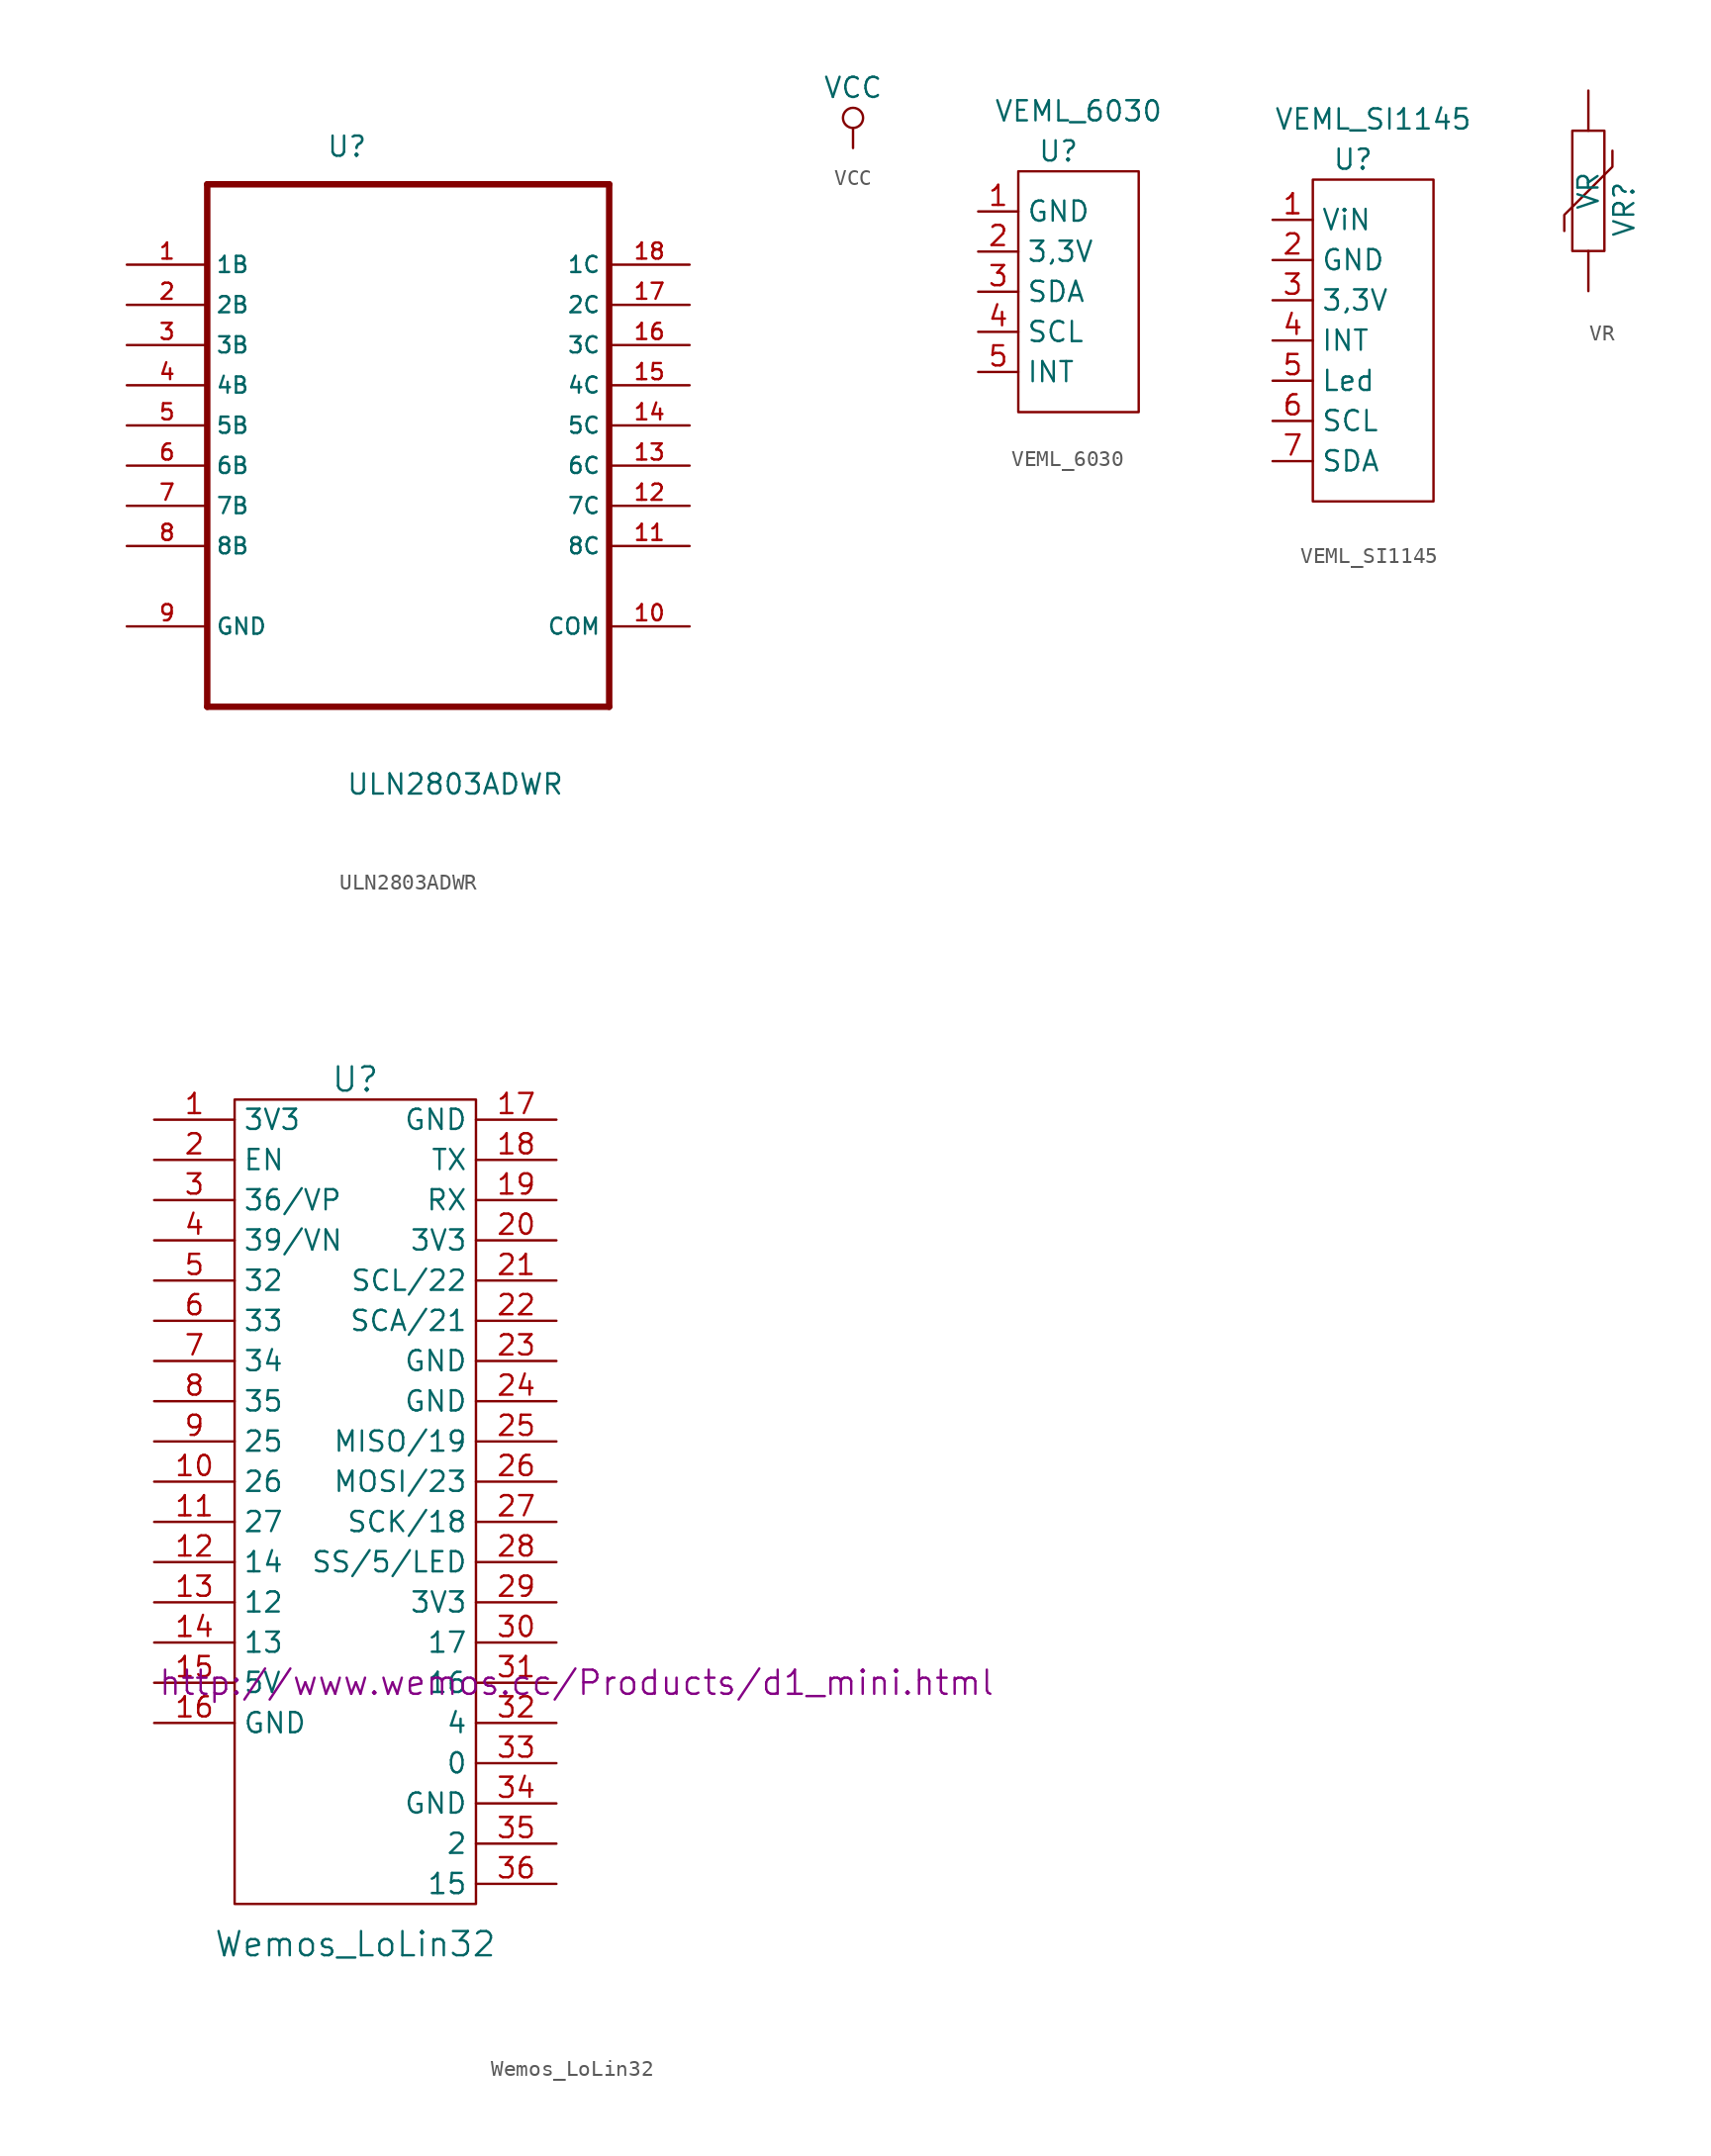
<source format=kicad_sym>
(kicad_symbol_lib
  (version 20201005)
  (generator kicad_symbol_editor)
  (symbol "Zimprich:ULN2803ADWR"
    (property "Reference" "U"
      (at -5.182 15.088 0)
      (effects (font (size 1.27 1.27)) (justify left)))
    (property "Value" "ULN2803ADWR"
      (at -3.937 -25.222 0)
      (effects (font (size 1.27 1.27)) (justify left)))
    (symbol "ULN2803ADWR_0_0"
      (polyline (pts (xy -12.7 -20.32) (xy 12.7 -20.32)) (stroke (width 0.406)) (fill (type none)))
      (polyline (pts (xy -12.7 12.7) (xy -12.7 -20.32)) (stroke (width 0.406)) (fill (type none)))
      (polyline (pts (xy 12.7 -20.32) (xy 12.7 12.7)) (stroke (width 0.406)) (fill (type none)))
      (polyline (pts (xy 12.7 12.7) (xy -12.7 12.7)) (stroke (width 0.406)) (fill (type none)))
      (pin input line (at -17.78 7.62 0) (length 5.08) (name "1B" (effects (font (size 1.016 1.016)))) (number "1" (effects (font (size 1.016 1.016)))))
      (pin output line (at 17.78 -15.24 180) (length 5.08) (name "COM" (effects (font (size 1.016 1.016)))) (number "10" (effects (font (size 1.016 1.016)))))
      (pin output line (at 17.78 -10.16 180) (length 5.08) (name "8C" (effects (font (size 1.016 1.016)))) (number "11" (effects (font (size 1.016 1.016)))))
      (pin output line (at 17.78 -7.62 180) (length 5.08) (name "7C" (effects (font (size 1.016 1.016)))) (number "12" (effects (font (size 1.016 1.016)))))
      (pin output line (at 17.78 -5.08 180) (length 5.08) (name "6C" (effects (font (size 1.016 1.016)))) (number "13" (effects (font (size 1.016 1.016)))))
      (pin output line (at 17.78 -2.54 180) (length 5.08) (name "5C" (effects (font (size 1.016 1.016)))) (number "14" (effects (font (size 1.016 1.016)))))
      (pin output line (at 17.78 0 180) (length 5.08) (name "4C" (effects (font (size 1.016 1.016)))) (number "15" (effects (font (size 1.016 1.016)))))
      (pin output line (at 17.78 2.54 180) (length 5.08) (name "3C" (effects (font (size 1.016 1.016)))) (number "16" (effects (font (size 1.016 1.016)))))
      (pin output line (at 17.78 5.08 180) (length 5.08) (name "2C" (effects (font (size 1.016 1.016)))) (number "17" (effects (font (size 1.016 1.016)))))
      (pin output line (at 17.78 7.62 180) (length 5.08) (name "1C" (effects (font (size 1.016 1.016)))) (number "18" (effects (font (size 1.016 1.016)))))
      (pin input line (at -17.78 5.08 0) (length 5.08) (name "2B" (effects (font (size 1.016 1.016)))) (number "2" (effects (font (size 1.016 1.016)))))
      (pin input line (at -17.78 2.54 0) (length 5.08) (name "3B" (effects (font (size 1.016 1.016)))) (number "3" (effects (font (size 1.016 1.016)))))
      (pin input line (at -17.78 0 0) (length 5.08) (name "4B" (effects (font (size 1.016 1.016)))) (number "4" (effects (font (size 1.016 1.016)))))
      (pin input line (at -17.78 -2.54 0) (length 5.08) (name "5B" (effects (font (size 1.016 1.016)))) (number "5" (effects (font (size 1.016 1.016)))))
      (pin input line (at -17.78 -5.08 0) (length 5.08) (name "6B" (effects (font (size 1.016 1.016)))) (number "6" (effects (font (size 1.016 1.016)))))
      (pin input line (at -17.78 -7.62 0) (length 5.08) (name "7B" (effects (font (size 1.016 1.016)))) (number "7" (effects (font (size 1.016 1.016)))))
      (pin input line (at -17.78 -10.16 0) (length 5.08) (name "8B" (effects (font (size 1.016 1.016)))) (number "8" (effects (font (size 1.016 1.016)))))
      (pin passive line (at -17.78 -15.24 0) (length 5.08) (name "GND" (effects (font (size 1.016 1.016)))) (number "9" (effects (font (size 1.016 1.016)))))))
  (symbol "Zimprich:VCC"
    (power)
    (pin_names
      (offset 0))
    (property "Reference" "#PWR"
      (at 0 -3.81 0)
      (effects (font (size 1.27 1.27)) hide))
    (property "Value" "VCC"
      (at 0 3.81 0)
      (effects (font (size 1.27 1.27))))
    (property "Footprint" ""
      (at 0 0 0)
      (effects (font (size 1.524 1.524))))
    (property "Datasheet" ""
      (at 0 0 0)
      (effects (font (size 1.524 1.524))))
    (symbol "VCC_0_1"
      (circle (center 0 1.905) (radius 0.635) (stroke (width 0)) (fill (type none)))
      (polyline (pts (xy 0 0) (xy 0 1.27)) (stroke (width 0)) (fill (type none))))
    (symbol "VCC_1_1"
      (pin power_in line (at 0 0 90) (length 0) hide (name "VCC" (effects (font (size 1.27 1.27)))) (number "1" (effects (font (size 1.27 1.27)))))))
  (symbol "Zimprich:VEML_6030"
    (property "Reference" "U"
      (at -1.27 8.89 0)
      (effects (font (size 1.27 1.27))))
    (property "Value" "VEML_6030"
      (at 0 11.43 0)
      (effects (font (size 1.27 1.27))))
    (symbol "VEML_6030_0_1"
      (rectangle (start -3.81 7.62) (end 3.81 -7.62) (stroke (width 0)) (fill (type none))))
    (symbol "VEML_6030_1_1"
      (pin input line (at -6.35 5.08 0) (length 2.54) (name "GND" (effects (font (size 1.27 1.27)))) (number "1" (effects (font (size 1.27 1.27)))))
      (pin input line (at -6.35 2.54 0) (length 2.54) (name "3,3V" (effects (font (size 1.27 1.27)))) (number "2" (effects (font (size 1.27 1.27)))))
      (pin input line (at -6.35 0 0) (length 2.54) (name "SDA" (effects (font (size 1.27 1.27)))) (number "3" (effects (font (size 1.27 1.27)))))
      (pin input line (at -6.35 -2.54 0) (length 2.54) (name "SCL" (effects (font (size 1.27 1.27)))) (number "4" (effects (font (size 1.27 1.27)))))
      (pin input line (at -6.35 -5.08 0) (length 2.54) (name "INT" (effects (font (size 1.27 1.27)))) (number "5" (effects (font (size 1.27 1.27)))))))
  (symbol "Zimprich:VEML_SI1145"
    (property "Reference" "U"
      (at -1.27 11.43 0)
      (effects (font (size 1.27 1.27))))
    (property "Value" "VEML_SI1145"
      (at 0 13.97 0)
      (effects (font (size 1.27 1.27))))
    (symbol "VEML_SI1145_0_1"
      (rectangle (start -3.81 10.16) (end 3.81 -10.16) (stroke (width 0)) (fill (type none))))
    (symbol "VEML_SI1145_1_1"
      (pin input line (at -6.35 7.62 0) (length 2.54) (name "ViN" (effects (font (size 1.27 1.27)))) (number "1" (effects (font (size 1.27 1.27)))))
      (pin input line (at -6.35 5.08 0) (length 2.54) (name "GND" (effects (font (size 1.27 1.27)))) (number "2" (effects (font (size 1.27 1.27)))))
      (pin input line (at -6.35 2.54 0) (length 2.54) (name "3,3V" (effects (font (size 1.27 1.27)))) (number "3" (effects (font (size 1.27 1.27)))))
      (pin input line (at -6.35 0 0) (length 2.54) (name "INT" (effects (font (size 1.27 1.27)))) (number "4" (effects (font (size 1.27 1.27)))))
      (pin input line (at -6.35 -2.54 0) (length 2.54) (name "Led" (effects (font (size 1.27 1.27)))) (number "5" (effects (font (size 1.27 1.27)))))
      (pin input line (at -6.35 -5.08 0) (length 2.54) (name "SCL" (effects (font (size 1.27 1.27)))) (number "6" (effects (font (size 1.27 1.27)))))
      (pin input line (at -6.35 -7.62 0) (length 2.54) (name "SDA" (effects (font (size 1.27 1.27)))) (number "7" (effects (font (size 1.27 1.27)))))))
  (symbol "Zimprich:VR"
    (pin_numbers hide)
    (pin_names
      (offset 0))
    (property "Reference" "VR"
      (at 1.524 -1.168 90)
      (effects (font (size 1.27 1.27)) (justify top)))
    (property "Value" "VR"
      (at 0 0 90)
      (effects (font (size 1.27 1.27))))
    (property "Footprint" ""
      (at 0 0 0)
      (effects (font (size 1.27 1.27))))
    (property "Datasheet" ""
      (at 0 0 0)
      (effects (font (size 1.27 1.27))))
    (symbol "VR_0_1"
      (rectangle (start -1.016 3.81) (end 1.016 -3.81) (stroke (width 0)) (fill (type none)))
      (polyline (pts (xy -1.524 -2.54) (xy -1.524 -1.524) (xy 1.524 1.524) (xy 1.524 2.54) (xy 1.524 2.54)) (stroke (width 0)) (fill (type none))))
    (symbol "VR_1_1"
      (pin passive line (at 0 6.35 270) (length 2.54) (name "~" (effects (font (size 1.27 1.27)))) (number "1" (effects (font (size 1.27 1.27)))))
      (pin passive line (at 0 -6.35 90) (length 2.54) (name "~" (effects (font (size 1.27 1.27)))) (number "2" (effects (font (size 1.27 1.27)))))))
  (symbol "Zimprich:Wemos_LoLin32"
    (property "Reference" "U"
      (at 0 26.67 0)
      (effects (font (size 1.524 1.524))))
    (property "Value" "Wemos_LoLin32"
      (at 0 -27.94 0)
      (effects (font (size 1.524 1.524))))
    (property "Footprint" ""
      (at 13.97 -11.43 0)
      (effects (font (size 1.524 1.524))))
    (property "Datasheet" "http://www.wemos.cc/Products/d1_mini.html"
      (at 13.97 -11.43 0)
      (effects (font (size 1.524 1.524))))
    (symbol "Wemos_LoLin32_0_1"
      (rectangle (start -7.62 25.4) (end 7.62 -25.4) (stroke (width 0)) (fill (type none))))
    (symbol "Wemos_LoLin32_1_1"
      (pin power_out line (at -12.7 24.13 0) (length 5.08) (name "3V3" (effects (font (size 1.27 1.27)))) (number "1" (effects (font (size 1.27 1.27)))))
      (pin bidirectional line (at -12.7 1.27 0) (length 5.08) (name "26" (effects (font (size 1.27 1.27)))) (number "10" (effects (font (size 1.27 1.27)))))
      (pin bidirectional line (at -12.7 -1.27 0) (length 5.08) (name "27" (effects (font (size 1.27 1.27)))) (number "11" (effects (font (size 1.27 1.27)))))
      (pin bidirectional line (at -12.7 -3.81 0) (length 5.08) (name "14" (effects (font (size 1.27 1.27)))) (number "12" (effects (font (size 1.27 1.27)))))
      (pin bidirectional line (at -12.7 -6.35 0) (length 5.08) (name "12" (effects (font (size 1.27 1.27)))) (number "13" (effects (font (size 1.27 1.27)))))
      (pin bidirectional line (at -12.7 -8.89 0) (length 5.08) (name "13" (effects (font (size 1.27 1.27)))) (number "14" (effects (font (size 1.27 1.27)))))
      (pin power_in line (at -12.7 -11.43 0) (length 5.08) (name "5V" (effects (font (size 1.27 1.27)))) (number "15" (effects (font (size 1.27 1.27)))))
      (pin power_in line (at -12.7 -13.97 0) (length 5.08) (name "GND" (effects (font (size 1.27 1.27)))) (number "16" (effects (font (size 1.27 1.27)))))
      (pin power_in line (at 12.7 24.13 180) (length 5.08) (name "GND" (effects (font (size 1.27 1.27)))) (number "17" (effects (font (size 1.27 1.27)))))
      (pin output line (at 12.7 21.59 180) (length 5.08) (name "TX" (effects (font (size 1.27 1.27)))) (number "18" (effects (font (size 1.27 1.27)))))
      (pin input line (at 12.7 19.05 180) (length 5.08) (name "RX" (effects (font (size 1.27 1.27)))) (number "19" (effects (font (size 1.27 1.27)))))
      (pin bidirectional line (at -12.7 21.59 0) (length 5.08) (name "EN" (effects (font (size 1.27 1.27)))) (number "2" (effects (font (size 1.27 1.27)))))
      (pin power_out line (at 12.7 16.51 180) (length 5.08) (name "3V3" (effects (font (size 1.27 1.27)))) (number "20" (effects (font (size 1.27 1.27)))))
      (pin bidirectional line (at 12.7 13.97 180) (length 5.08) (name "SCL/22" (effects (font (size 1.27 1.27)))) (number "21" (effects (font (size 1.27 1.27)))))
      (pin bidirectional line (at 12.7 11.43 180) (length 5.08) (name "SCA/21" (effects (font (size 1.27 1.27)))) (number "22" (effects (font (size 1.27 1.27)))))
      (pin power_in line (at 12.7 8.89 180) (length 5.08) (name "GND" (effects (font (size 1.27 1.27)))) (number "23" (effects (font (size 1.27 1.27)))))
      (pin power_in line (at 12.7 6.35 180) (length 5.08) (name "GND" (effects (font (size 1.27 1.27)))) (number "24" (effects (font (size 1.27 1.27)))))
      (pin bidirectional line (at 12.7 3.81 180) (length 5.08) (name "MISO/19" (effects (font (size 1.27 1.27)))) (number "25" (effects (font (size 1.27 1.27)))))
      (pin bidirectional line (at 12.7 1.27 180) (length 5.08) (name "MOSI/23" (effects (font (size 1.27 1.27)))) (number "26" (effects (font (size 1.27 1.27)))))
      (pin bidirectional line (at 12.7 -1.27 180) (length 5.08) (name "SCK/18" (effects (font (size 1.27 1.27)))) (number "27" (effects (font (size 1.27 1.27)))))
      (pin bidirectional line (at 12.7 -3.81 180) (length 5.08) (name "SS/5/LED" (effects (font (size 1.27 1.27)))) (number "28" (effects (font (size 1.27 1.27)))))
      (pin power_out line (at 12.7 -6.35 180) (length 5.08) (name "3V3" (effects (font (size 1.27 1.27)))) (number "29" (effects (font (size 1.27 1.27)))))
      (pin bidirectional line (at -12.7 19.05 0) (length 5.08) (name "36/VP" (effects (font (size 1.27 1.27)))) (number "3" (effects (font (size 1.27 1.27)))))
      (pin bidirectional line (at 12.7 -8.89 180) (length 5.08) (name "17" (effects (font (size 1.27 1.27)))) (number "30" (effects (font (size 1.27 1.27)))))
      (pin bidirectional line (at 12.7 -11.43 180) (length 5.08) (name "16" (effects (font (size 1.27 1.27)))) (number "31" (effects (font (size 1.27 1.27)))))
      (pin bidirectional line (at 12.7 -13.97 180) (length 5.08) (name "4" (effects (font (size 1.27 1.27)))) (number "32" (effects (font (size 1.27 1.27)))))
      (pin bidirectional line (at 12.7 -16.51 180) (length 5.08) (name "0" (effects (font (size 1.27 1.27)))) (number "33" (effects (font (size 1.27 1.27)))))
      (pin power_in line (at 12.7 -19.05 180) (length 5.08) (name "GND" (effects (font (size 1.27 1.27)))) (number "34" (effects (font (size 1.27 1.27)))))
      (pin bidirectional line (at 12.7 -21.59 180) (length 5.08) (name "2" (effects (font (size 1.27 1.27)))) (number "35" (effects (font (size 1.27 1.27)))))
      (pin bidirectional line (at 12.7 -24.13 180) (length 5.08) (name "15" (effects (font (size 1.27 1.27)))) (number "36" (effects (font (size 1.27 1.27)))))
      (pin bidirectional line (at -12.7 16.51 0) (length 5.08) (name "39/VN" (effects (font (size 1.27 1.27)))) (number "4" (effects (font (size 1.27 1.27)))))
      (pin bidirectional line (at -12.7 13.97 0) (length 5.08) (name "32" (effects (font (size 1.27 1.27)))) (number "5" (effects (font (size 1.27 1.27)))))
      (pin bidirectional line (at -12.7 11.43 0) (length 5.08) (name "33" (effects (font (size 1.27 1.27)))) (number "6" (effects (font (size 1.27 1.27)))))
      (pin bidirectional line (at -12.7 8.89 0) (length 5.08) (name "34" (effects (font (size 1.27 1.27)))) (number "7" (effects (font (size 1.27 1.27)))))
      (pin bidirectional line (at -12.7 6.35 0) (length 5.08) (name "35" (effects (font (size 1.27 1.27)))) (number "8" (effects (font (size 1.27 1.27)))))
      (pin bidirectional line (at -12.7 3.81 0) (length 5.08) (name "25" (effects (font (size 1.27 1.27)))) (number "9" (effects (font (size 1.27 1.27))))))))
</source>
